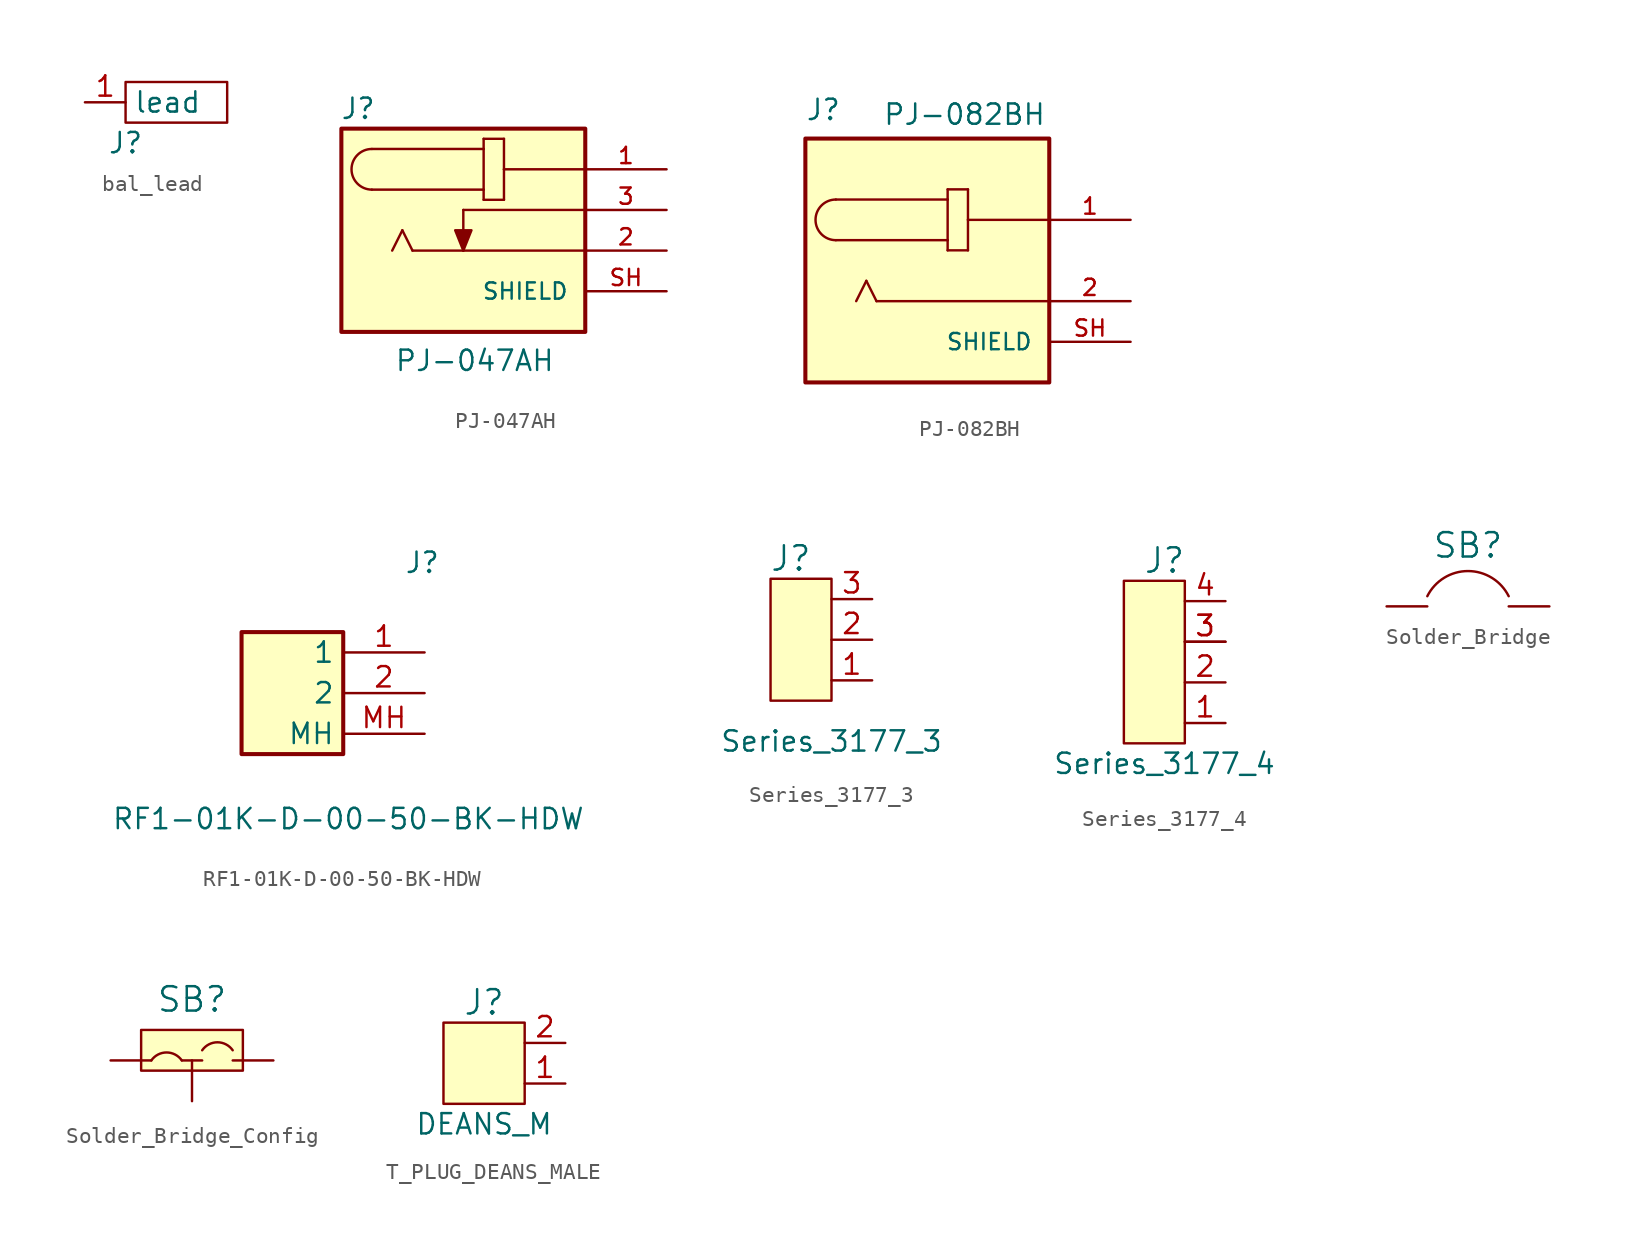
<source format=kicad_sym>
(kicad_symbol_lib
  (version 20241209)
  (generator "kicad_symbol_editor")
  (generator_version "9.0")
  (symbol "bal_lead"
    (property "Reference" "J"
      (at 0 0 0)
      (effects (font (size 1.27 1.27))))
    (property "Value" ""
      (at 0 0 0)
      (effects (font (size 1.27 1.27))))
    (symbol "bal_lead_0_1"
      (rectangle (start 0 3.81) (end 6.35 1.27) (stroke (width 0) (type default)) (fill (type none))))
    (symbol "bal_lead_1_1"
      (pin output line (at -2.54 2.54 0) (length 2.54) (name "lead" (effects (font (size 1.27 1.27)))) (number "1" (effects (font (size 1.27 1.27)))))))
  (symbol "PJ-047AH"
    (pin_names
      (offset 1.016))
    (property "Reference" "J"
      (at -7.696 8.128 0)
      (effects (font (size 1.27 1.27)) (justify left bottom)))
    (property "Value" "PJ-047AH"
      (at -4.318 -7.62 0)
      (effects (font (size 1.27 1.27)) (justify left bottom)))
    (symbol "PJ-047AH_0_0"
      (rectangle (start -7.62 7.62) (end 7.62 -5.08) (stroke (width 0.254) (type default)) (fill (type background)))
      (polyline (pts (xy -5.715 6.35) (xy 1.27 6.35)) (stroke (width 0.152) (type default)) (fill (type none)))
      (arc (start -5.715 3.81) (mid -6.9794 5.08) (end -5.715 6.35) (stroke (width 0.1524) (type default)) (fill (type none)))
      (polyline (pts (xy -3.81 1.27) (xy -4.445 0)) (stroke (width 0.152) (type default)) (fill (type none)))
      (polyline (pts (xy -3.175 0) (xy -3.81 1.27)) (stroke (width 0.152) (type default)) (fill (type none)))
      (polyline (pts (xy 0 2.54) (xy 0 0)) (stroke (width 0.152) (type default)) (fill (type none)))
      (polyline (pts (xy 0 2.54) (xy 7.62 2.54)) (stroke (width 0.152) (type default)) (fill (type none)))
      (polyline (pts (xy 0 0) (xy -3.175 0)) (stroke (width 0.152) (type default)) (fill (type none)))
      (polyline (pts (xy 0 0) (xy 7.62 0)) (stroke (width 0.152) (type default)) (fill (type none)))
      (polyline (pts (xy 0 0) (xy -0.508 1.27) (xy 0.508 1.27) (xy 0 0)) (stroke (width 0.152) (type default)) (fill (type outline)))
      (polyline (pts (xy 1.27 6.985) (xy 1.27 6.35)) (stroke (width 0.152) (type default)) (fill (type none)))
      (polyline (pts (xy 1.27 6.35) (xy 1.27 3.81)) (stroke (width 0.152) (type default)) (fill (type none)))
      (polyline (pts (xy 1.27 3.81) (xy -5.715 3.81)) (stroke (width 0.152) (type default)) (fill (type none)))
      (polyline (pts (xy 1.27 3.81) (xy 1.27 3.175)) (stroke (width 0.152) (type default)) (fill (type none)))
      (polyline (pts (xy 1.27 3.175) (xy 2.54 3.175)) (stroke (width 0.152) (type default)) (fill (type none)))
      (polyline (pts (xy 2.54 6.985) (xy 1.27 6.985)) (stroke (width 0.152) (type default)) (fill (type none)))
      (polyline (pts (xy 2.54 5.08) (xy 2.54 6.985)) (stroke (width 0.152) (type default)) (fill (type none)))
      (polyline (pts (xy 2.54 5.08) (xy 7.62 5.08)) (stroke (width 0.152) (type default)) (fill (type none)))
      (polyline (pts (xy 2.54 3.175) (xy 2.54 5.08)) (stroke (width 0.152) (type default)) (fill (type none)))
      (pin passive line (at 12.7 5.08 180) (length 5.08) (name "~" (effects (font (size 1.016 1.016)))) (number "1" (effects (font (size 1.016 1.016)))))
      (pin passive line (at 12.7 2.54 180) (length 5.08) (name "~" (effects (font (size 1.016 1.016)))) (number "3" (effects (font (size 1.016 1.016)))))
      (pin passive line (at 12.7 0 180) (length 5.08) (name "~" (effects (font (size 1.016 1.016)))) (number "2" (effects (font (size 1.016 1.016))))))
    (symbol "PJ-047AH_1_0"
      (pin passive line (at 12.7 -2.54 180) (length 5.08) (name "SHIELD" (effects (font (size 1.016 1.016)))) (number "SH" (effects (font (size 1.016 1.016)))))))
  (symbol "PJ-082BH"
    (pin_names
      (offset 1.016))
    (property "Reference" "J"
      (at -7.625 10.163 0)
      (effects (font (size 1.27 1.27)) (justify left top)))
    (property "Value" "PJ-082BH"
      (at -2.794 8.382 0)
      (effects (font (size 1.27 1.27)) (justify left bottom)))
    (symbol "PJ-082BH_0_0"
      (rectangle (start -7.62 7.62) (end 7.62 -7.62) (stroke (width 0.254) (type default)) (fill (type background)))
      (polyline (pts (xy -5.715 3.81) (xy 1.27 3.81)) (stroke (width 0.152) (type default)) (fill (type none)))
      (arc (start -5.715 1.27) (mid -6.9794 2.54) (end -5.715 3.81) (stroke (width 0.1524) (type default)) (fill (type none)))
      (polyline (pts (xy -3.81 -1.27) (xy -4.445 -2.54)) (stroke (width 0.152) (type default)) (fill (type none)))
      (polyline (pts (xy -3.175 -2.54) (xy -3.81 -1.27)) (stroke (width 0.152) (type default)) (fill (type none)))
      (polyline (pts (xy 1.27 4.445) (xy 1.27 3.81)) (stroke (width 0.152) (type default)) (fill (type none)))
      (polyline (pts (xy 1.27 3.81) (xy 1.27 1.27)) (stroke (width 0.152) (type default)) (fill (type none)))
      (polyline (pts (xy 1.27 1.27) (xy -5.715 1.27)) (stroke (width 0.152) (type default)) (fill (type none)))
      (polyline (pts (xy 1.27 1.27) (xy 1.27 0.635)) (stroke (width 0.152) (type default)) (fill (type none)))
      (polyline (pts (xy 1.27 0.635) (xy 2.54 0.635)) (stroke (width 0.152) (type default)) (fill (type none)))
      (polyline (pts (xy 2.54 4.445) (xy 1.27 4.445)) (stroke (width 0.152) (type default)) (fill (type none)))
      (polyline (pts (xy 2.54 2.54) (xy 2.54 4.445)) (stroke (width 0.152) (type default)) (fill (type none)))
      (polyline (pts (xy 2.54 2.54) (xy 7.62 2.54)) (stroke (width 0.152) (type default)) (fill (type none)))
      (polyline (pts (xy 2.54 0.635) (xy 2.54 2.54)) (stroke (width 0.152) (type default)) (fill (type none)))
      (polyline (pts (xy 7.62 -2.54) (xy -3.175 -2.54)) (stroke (width 0.152) (type default)) (fill (type none)))
      (pin passive line (at 12.7 2.54 180) (length 5.08) (name "~" (effects (font (size 1.016 1.016)))) (number "1" (effects (font (size 1.016 1.016)))))
      (pin passive line (at 12.7 -2.54 180) (length 5.08) (name "~" (effects (font (size 1.016 1.016)))) (number "2" (effects (font (size 1.016 1.016)))))
      (pin passive line (at 12.7 -5.08 180) (length 5.08) (name "SHIELD" (effects (font (size 1.016 1.016)))) (number "SH" (effects (font (size 1.016 1.016)))))))
  (symbol "RF1-01K-D-00-50-BK-HDW "
    (property "Reference" "J"
      (at 19.05 7.62 0)
      (effects (font (size 1.27 1.27)) (justify left top)))
    (property "Value" "RF1-01K-D-00-50-BK-HDW"
      (at 0.762 -8.382 0)
      (effects (font (size 1.27 1.27)) (justify left top)))
    (symbol "RF1-01K-D-00-50-BK-HDW _1_1"
      (rectangle (start 8.89 2.54) (end 15.24 -5.08) (stroke (width 0.254) (type default)) (fill (type background)))
      (pin passive line (at 20.32 1.27 180) (length 5.08) (name "1" (effects (font (size 1.27 1.27)))) (number "1" (effects (font (size 1.27 1.27)))))
      (pin passive line (at 20.32 -1.27 180) (length 5.08) (name "2" (effects (font (size 1.27 1.27)))) (number "2" (effects (font (size 1.27 1.27)))))
      (pin passive line (at 20.32 -3.81 180) (length 5.08) (name "MH" (effects (font (size 1.27 1.27)))) (number "MH" (effects (font (size 1.27 1.27)))))))
  (symbol "Series_3177_3"
    (pin_names
      (offset 0)
      (hide yes))
    (property "Reference" "J"
      (at -2.54 7.62 0)
      (effects (font (size 1.524 1.524))))
    (property "Value" "Series_3177_3"
      (at 0 -3.81 0)
      (effects (font (size 1.27 1.27))))
    (symbol "Series_3177_3_0_0"
      (rectangle (start -3.81 6.35) (end 0 -1.27) (stroke (width 0) (type default)) (fill (type background))))
    (symbol "Series_3177_3_1_1"
      (pin passive line (at 2.54 5.08 180) (length 2.54) (name "~" (effects (font (size 1.27 1.27)))) (number "3" (effects (font (size 1.27 1.27)))))
      (pin passive line (at 2.54 2.54 180) (length 2.54) (name "~" (effects (font (size 1.27 1.27)))) (number "2" (effects (font (size 1.27 1.27)))))
      (pin passive line (at 2.54 0 180) (length 2.54) (name "~" (effects (font (size 1.016 1.016)))) (number "1" (effects (font (size 1.27 1.27)))))))
  (symbol "Series_3177_4"
    (pin_names
      (offset 0)
      (hide yes))
    (property "Reference" "J"
      (at 0 8.89 0)
      (effects (font (size 1.524 1.524))))
    (property "Value" "Series_3177_4"
      (at 0 -3.81 0)
      (effects (font (size 1.27 1.27))))
    (symbol "Series_3177_4_0_1"
      (rectangle (start 1.27 -2.54) (end -2.54 7.62) (stroke (width 0) (type default)) (fill (type background))))
    (symbol "Series_3177_4_1_1"
      (pin input line (at 3.81 6.35 180) (length 2.54) (name "~" (effects (font (size 1.27 1.27)))) (number "4" (effects (font (size 1.27 1.27)))))
      (pin passive line (at 3.81 3.81 180) (length 2.54) (name "~" (effects (font (size 1.27 1.27)))) (number "3" (effects (font (size 1.27 1.27)))))
      (pin passive line (at 3.81 3.81 180) (length 2.54) (name "~" (effects (font (size 1.27 1.27)))) (number "3" (effects (font (size 1.27 1.27)))))
      (pin passive line (at 3.81 1.27 180) (length 2.54) (name "~" (effects (font (size 1.27 1.27)))) (number "2" (effects (font (size 1.27 1.27)))))
      (pin passive line (at 3.81 -1.27 180) (length 2.54) (name "~" (effects (font (size 1.016 1.016)))) (number "1" (effects (font (size 1.27 1.27)))))))
  (symbol "Solder_Bridge"
    (pin_numbers
      (hide yes))
    (pin_names
      (offset 0)
      (hide yes))
    (property "Reference" "SB"
      (at 0 3.81 0)
      (effects (font (size 1.524 1.524))))
    (symbol "Solder_Bridge_0_1"
      (arc (start -2.54 0.635) (mid 0 2.2048) (end 2.54 0.635) (stroke (width 0) (type default)) (fill (type none))))
    (symbol "Solder_Bridge_1_1"
      (pin passive line (at -5.08 0 0) (length 2.54) (name "1" (effects (font (size 1.27 1.27)))) (number "1" (effects (font (size 1.27 1.27)))))
      (pin passive line (at 5.08 0 180) (length 2.54) (name "2" (effects (font (size 1.27 1.27)))) (number "2" (effects (font (size 1.27 1.27)))))))
  (symbol "Solder_Bridge_Config"
    (pin_numbers
      (hide yes))
    (pin_names
      (offset 0)
      (hide yes))
    (property "Reference" "SB"
      (at 0 3.81 0)
      (effects (font (size 1.524 1.524))))
    (symbol "Solder_Bridge_Config_0_1"
      (arc (start -2.54 0) (mid -1.5875 0.4987) (end -0.635 0) (stroke (width 0) (type default)) (fill (type none)))
      (polyline (pts (xy -0.635 0) (xy 0.635 0)) (stroke (width 0) (type default)) (fill (type none)))
      (arc (start 0.635 0.635) (mid 1.5875 1.1337) (end 2.54 0.635) (stroke (width 0) (type default)) (fill (type none))))
    (symbol "Solder_Bridge_Config_1_1"
      (rectangle (start -3.175 1.905) (end 3.175 -0.635) (stroke (width 0) (type default)) (fill (type background)))
      (pin passive line (at -5.08 0 0) (length 2.54) (name "1" (effects (font (size 1.27 1.27)))) (number "1" (effects (font (size 1.27 1.27)))))
      (pin passive line (at 0 -2.54 90) (length 2.54) (name "2" (effects (font (size 1.27 1.27)))) (number "2" (effects (font (size 1.27 1.27)))))
      (pin passive line (at 5.08 0 180) (length 2.54) (name "3" (effects (font (size 1.27 1.27)))) (number "3" (effects (font (size 1.27 1.27)))))))
  (symbol "T_PLUG_DEANS_MALE"
    (pin_names
      (offset 0)
      (hide yes))
    (property "Reference" "J"
      (at 0 3.81 0)
      (effects (font (size 1.524 1.524))))
    (property "Value" "DEANS_M"
      (at 0 -3.81 0)
      (effects (font (size 1.27 1.27))))
    (symbol "T_PLUG_DEANS_MALE_0_1"
      (rectangle (start -2.54 2.54) (end 2.54 -2.54) (stroke (width 0) (type default)) (fill (type background))))
    (symbol "T_PLUG_DEANS_MALE_1_1"
      (pin passive line (at 5.08 1.27 180) (length 2.54) (name "2" (effects (font (size 1.27 1.27)))) (number "2" (effects (font (size 1.27 1.27)))))
      (pin passive line (at 5.08 -1.27 180) (length 2.54) (name "1" (effects (font (size 1.27 1.27)))) (number "1" (effects (font (size 1.27 1.27))))))))
</source>
